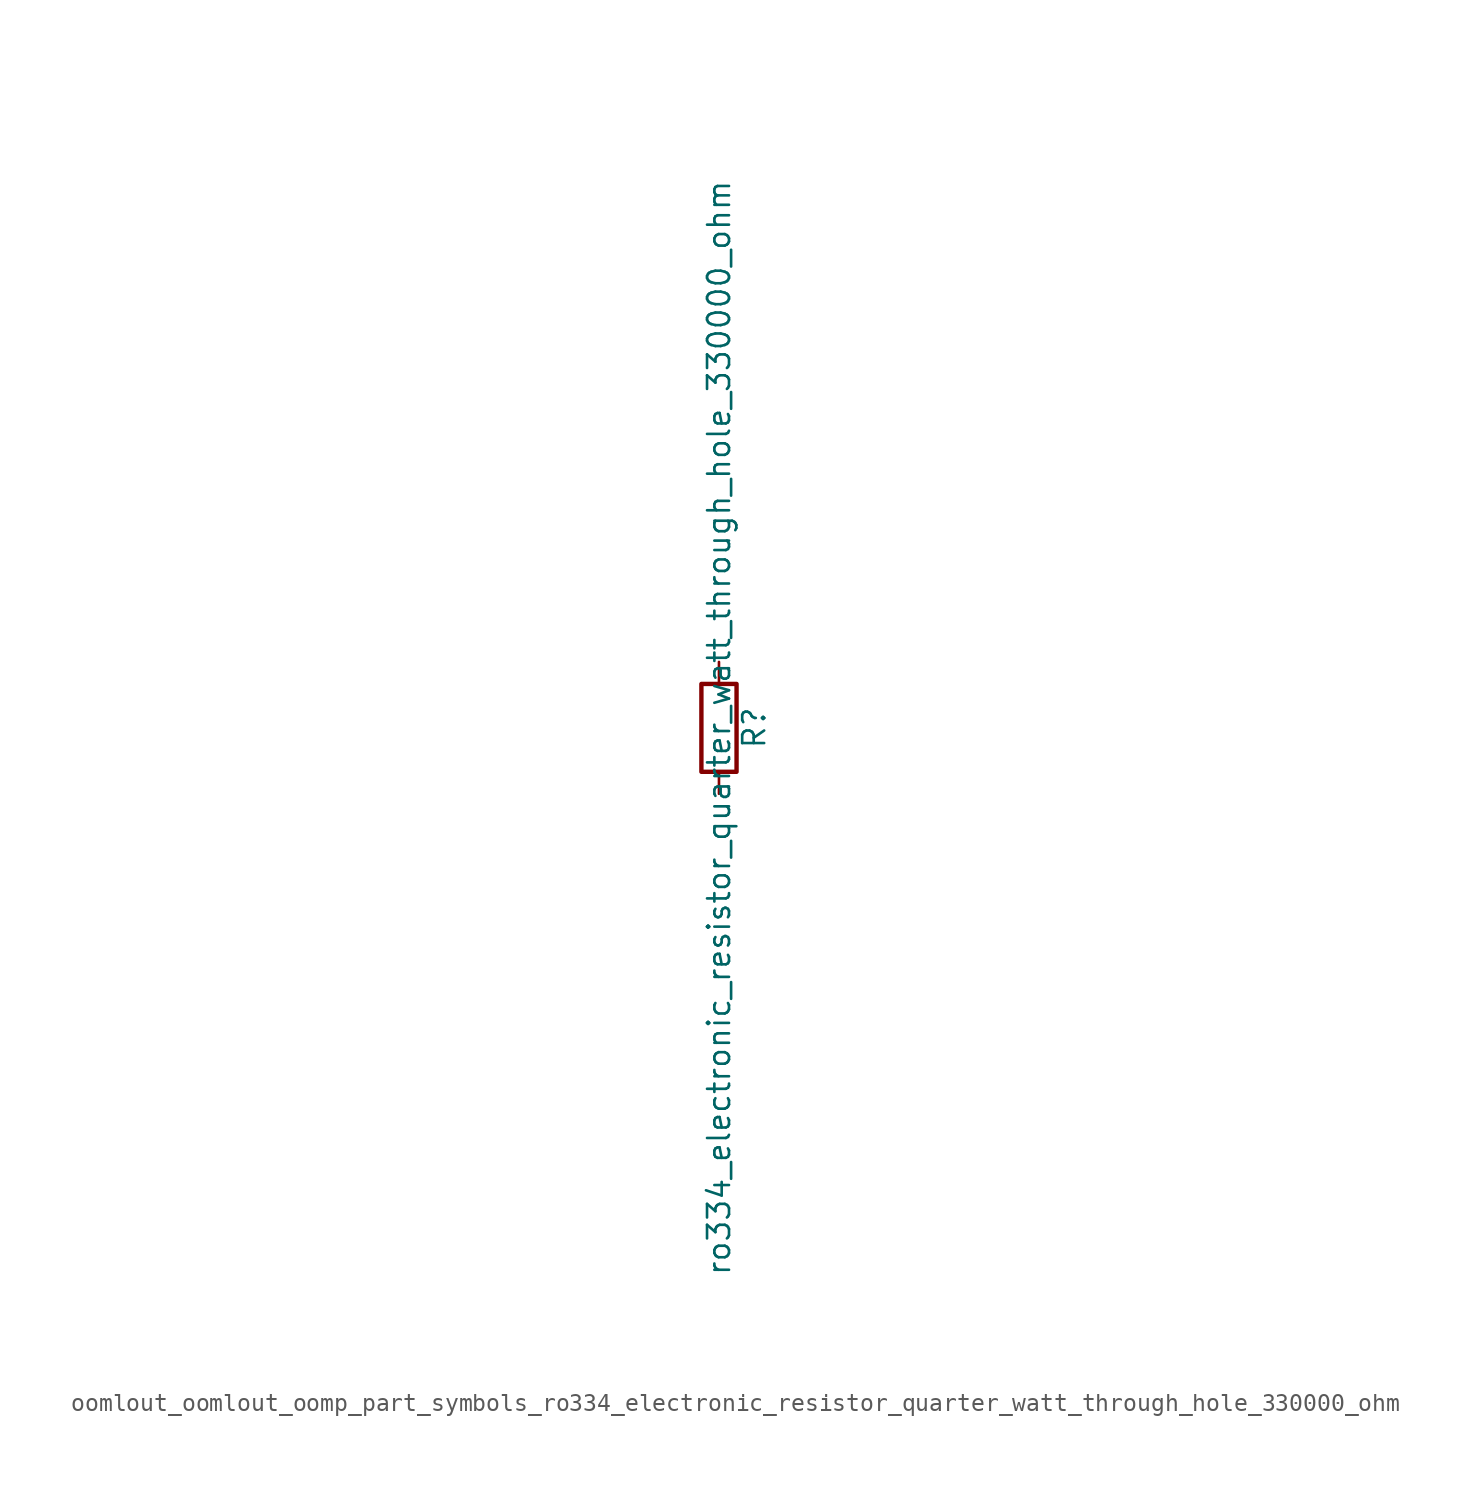
<source format=kicad_sym>
(kicad_symbol_lib
  (version 20220914)
  (generator kicad_symbol_editor)
  (symbol "oomlout_oomlout_oomp_part_symbols_ro334_electronic_resistor_quarter_watt_through_hole_330000_ohm"
    (pin_numbers hide)
    (pin_names
      (offset 0))
    (property "Reference" "R"
      (at 2.032 0 90)
      (effects (font (size 1.27 1.27))))
    (property "Value" "ro334_electronic_resistor_quarter_watt_through_hole_330000_ohm"
      (at 0 0 90)
      (effects (font (size 1.27 1.27))))
    (symbol "oomlout_oomlout_oomp_part_symbols_ro334_electronic_resistor_quarter_watt_through_hole_330000_ohm_0_1"
      (rectangle (start -1.016 -2.54) (end 1.016 2.54) (stroke (width 0.254) (type default)) (fill (type none))))
    (symbol "oomlout_oomlout_oomp_part_symbols_ro334_electronic_resistor_quarter_watt_through_hole_330000_ohm_1_1"
      (pin passive line (at 0 3.81 270) (length 1.27) (name "~" (effects (font (size 1.27 1.27)))) (number "1" (effects (font (size 1.27 1.27)))))
      (pin passive line (at 0 -3.81 90) (length 1.27) (name "~" (effects (font (size 1.27 1.27)))) (number "2" (effects (font (size 1.27 1.27))))))))
</source>
